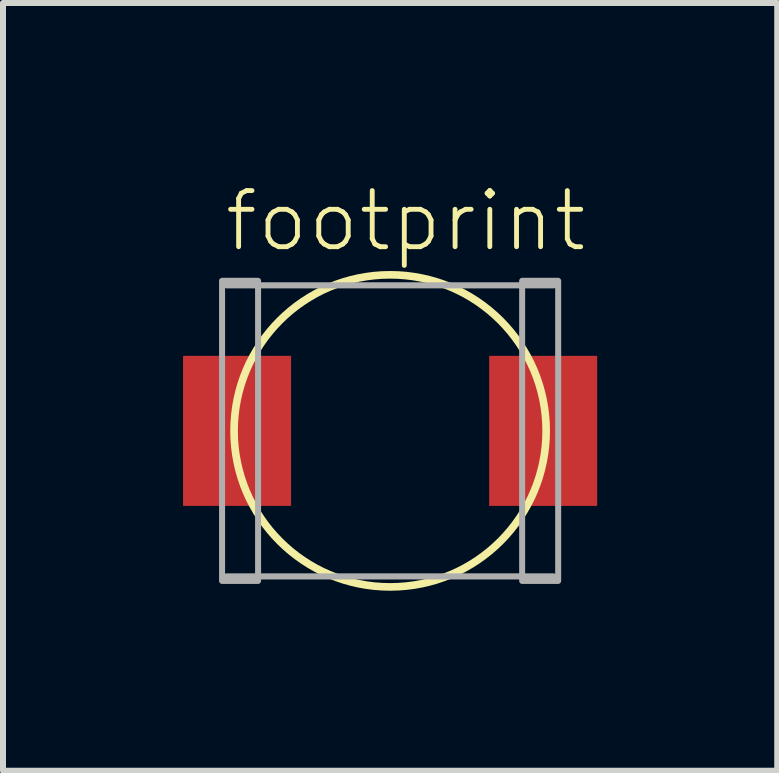
<source format=kicad_pcb>
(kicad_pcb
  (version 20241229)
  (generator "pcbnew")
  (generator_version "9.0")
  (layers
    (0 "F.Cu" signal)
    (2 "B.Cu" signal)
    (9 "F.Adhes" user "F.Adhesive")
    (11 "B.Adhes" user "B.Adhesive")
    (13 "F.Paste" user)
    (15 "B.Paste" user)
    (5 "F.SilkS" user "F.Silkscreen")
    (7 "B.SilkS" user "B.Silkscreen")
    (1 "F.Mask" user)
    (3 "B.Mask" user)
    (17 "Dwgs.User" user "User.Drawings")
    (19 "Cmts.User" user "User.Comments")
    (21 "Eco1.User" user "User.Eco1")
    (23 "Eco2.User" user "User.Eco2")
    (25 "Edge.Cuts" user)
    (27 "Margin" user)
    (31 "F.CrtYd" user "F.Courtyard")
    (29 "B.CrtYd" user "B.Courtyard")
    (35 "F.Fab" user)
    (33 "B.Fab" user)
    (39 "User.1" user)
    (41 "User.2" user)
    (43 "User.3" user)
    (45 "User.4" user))
  (footprint "footprint"
    (layer "F.Cu")
    (at 3.45 4.129)
    (property "Reference" "footprint" (at -2.8 -2.95 0) (layer "F.SilkS") (effects (font (size 0.935 0.935) (thickness 0.081)) (justify left bottom)))
    (fp_circle (center 0 0) (end 2.6 0) (stroke (width 0.127) (type solid)) (fill no) (layer "F.SilkS"))
    (fp_line (start -2.725 -2.425) (end 2.725 -2.425) (stroke (width 0.102) (type solid)) (layer "F.Fab"))
    (fp_line (start 2.725 2.425) (end -2.725 2.425) (stroke (width 0.102) (type solid)) (layer "F.Fab"))
    (fp_poly (pts (xy -2.8 2.5) (xy -2.2 2.5) (xy -2.2 -2.5) (xy -2.8 -2.5)) (stroke (width 0.1) (type solid)) (fill no) (layer "F.Fab"))
    (fp_poly (pts (xy 2.2 2.5) (xy 2.8 2.5) (xy 2.8 -2.5) (xy 2.2 -2.5)) (stroke (width 0.1) (type solid)) (fill no) (layer "F.Fab"))
    (pad "1" smd rect (at -2.55 0) (size 1.8 2.5) (layers "F.Cu" "F.Mask" "F.Paste"))
    (pad "2" smd rect (at 2.55 0) (size 1.8 2.5) (layers "F.Cu" "F.Mask" "F.Paste")))
  (gr_rect
    (start -3 -3)
    (end 9.9 9.792)
    (stroke (width 0.1) (type default))
    (fill no)
    (layer "Edge.Cuts")))
</source>
